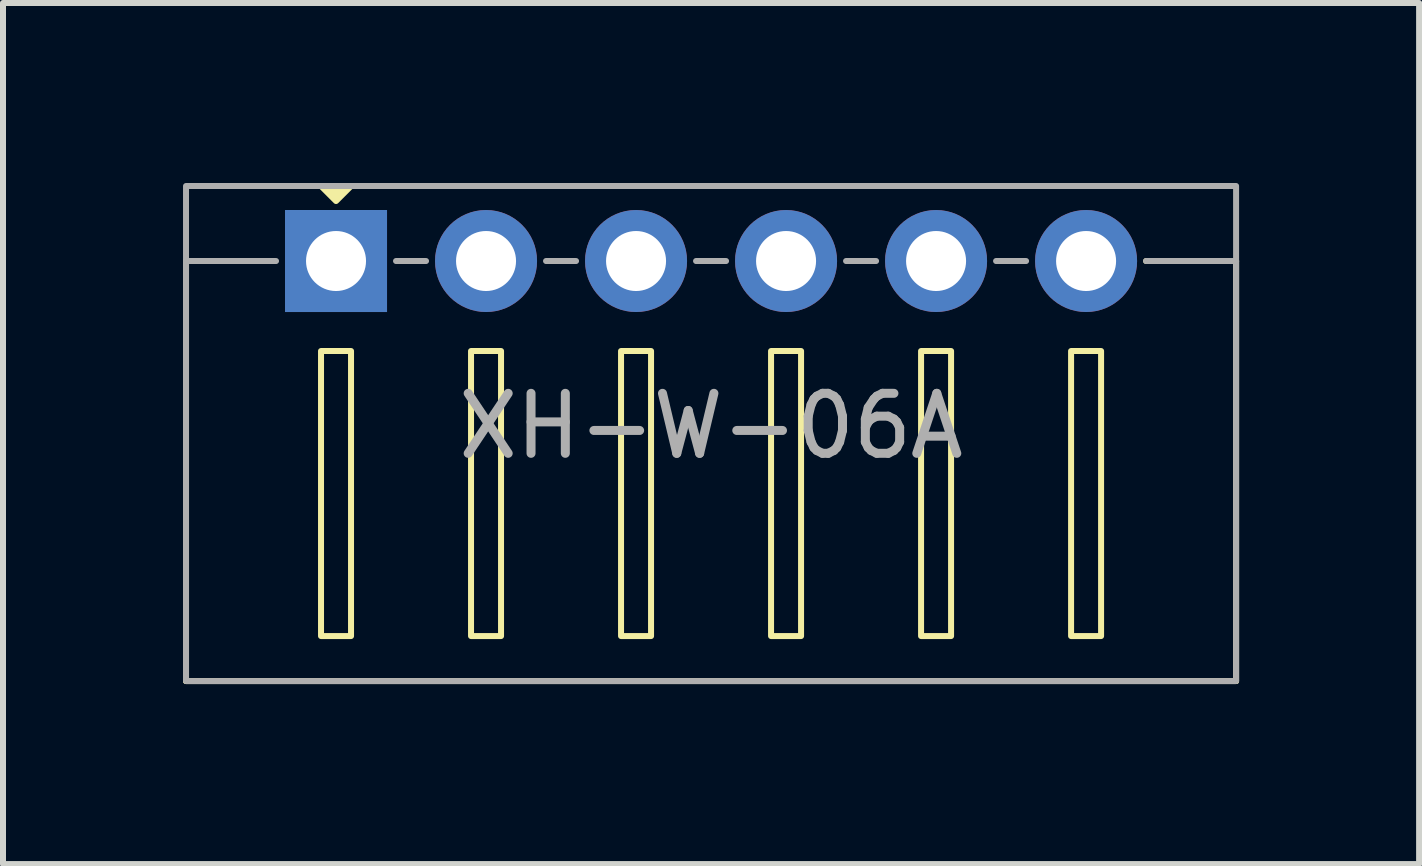
<source format=kicad_pcb>
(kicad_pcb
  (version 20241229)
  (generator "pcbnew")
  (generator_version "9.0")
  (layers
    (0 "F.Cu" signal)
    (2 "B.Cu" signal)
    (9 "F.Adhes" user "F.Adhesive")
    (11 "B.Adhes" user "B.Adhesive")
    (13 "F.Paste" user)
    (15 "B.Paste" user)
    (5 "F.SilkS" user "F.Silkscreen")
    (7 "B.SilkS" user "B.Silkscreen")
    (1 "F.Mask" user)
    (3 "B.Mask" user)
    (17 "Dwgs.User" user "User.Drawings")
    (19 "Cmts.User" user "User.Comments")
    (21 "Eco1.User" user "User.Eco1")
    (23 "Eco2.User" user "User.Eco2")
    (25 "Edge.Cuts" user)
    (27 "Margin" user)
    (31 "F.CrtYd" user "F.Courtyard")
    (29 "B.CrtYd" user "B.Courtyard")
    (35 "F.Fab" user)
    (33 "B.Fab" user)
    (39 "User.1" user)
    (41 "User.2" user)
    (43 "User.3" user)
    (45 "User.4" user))
  (footprint "XH-W-06A"
    (layer "F.Cu")
    (at 8.8 1.3)
    (property "Reference" "XH-W-06A" (at 0 2.75 0) (unlocked yes) (layer "F.SilkS") (effects (font (size 1 1) (thickness 0.1))))
    (attr smd)
    (fp_line (start -8.75 0) (end -8.75 7) (stroke (width 0.1) (type default)) (layer "F.SilkS"))
    (fp_line (start -8.75 7) (end 8.75 7) (stroke (width 0.1) (type default)) (layer "F.SilkS"))
    (fp_line (start -7.5 0) (end -8.75 0) (stroke (width 0.1) (type default)) (layer "F.SilkS"))
    (fp_line (start 8.75 0) (end 7.25 0) (stroke (width 0.1) (type default)) (layer "F.SilkS"))
    (fp_line (start 8.75 7) (end 8.75 0) (stroke (width 0.1) (type default)) (layer "F.SilkS"))
    (fp_rect (start -6.5 1.5) (end -6 6.25) (stroke (width 0.1) (type default)) (fill no) (layer "F.SilkS"))
    (fp_rect (start -4 1.5) (end -3.5 6.25) (stroke (width 0.1) (type default)) (fill no) (layer "F.SilkS"))
    (fp_rect (start -1.5 1.5) (end -1 6.25) (stroke (width 0.1) (type default)) (fill no) (layer "F.SilkS"))
    (fp_rect (start 1 1.5) (end 1.5 6.25) (stroke (width 0.1) (type default)) (fill no) (layer "F.SilkS"))
    (fp_rect (start 3.5 1.5) (end 4 6.25) (stroke (width 0.1) (type default)) (fill no) (layer "F.SilkS"))
    (fp_rect (start 6 1.5) (end 6.5 6.25) (stroke (width 0.1) (type default)) (fill no) (layer "F.SilkS"))
    (fp_poly (pts (xy -6.25 -1) (xy -6.5 -1.25) (xy -6 -1.25)) (stroke (width 0.1) (type solid)) (fill yes) (layer "F.SilkS"))
    (fp_line (start -8.75 0) (end -7.25 0) (stroke (width 0.1) (type default)) (layer "F.Fab"))
    (fp_line (start -5.25 0) (end -4.75 0) (stroke (width 0.1) (type default)) (layer "F.Fab"))
    (fp_line (start -2.75 0) (end -2.25 0) (stroke (width 0.1) (type default)) (layer "F.Fab"))
    (fp_line (start -0.25 0) (end 0.25 0) (stroke (width 0.1) (type default)) (layer "F.Fab"))
    (fp_line (start 2.25 0) (end 2.75 0) (stroke (width 0.1) (type default)) (layer "F.Fab"))
    (fp_line (start 4.75 0) (end 5.25 0) (stroke (width 0.1) (type default)) (layer "F.Fab"))
    (fp_line (start 7.25 0) (end 8.75 0) (stroke (width 0.1) (type default)) (layer "F.Fab"))
    (fp_rect (start -8.75 -1.25) (end 8.75 7) (stroke (width 0.1) (type default)) (fill no) (layer "F.Fab"))
    (fp_text user "${REFERENCE}" (at 0 2.75 0) (unlocked yes) (layer "F.Fab") (effects (font (size 1 1) (thickness 0.15))))
    (pad "1" thru_hole rect (at -6.25 0) (size 1.7 1.7) (drill 1) (layers "*.Cu" "*.Mask"))
    (pad "2" thru_hole circle (at -3.75 0) (size 1.7 1.7) (drill 1) (layers "*.Cu" "*.Mask"))
    (pad "3" thru_hole circle (at -1.25 0) (size 1.7 1.7) (drill 1) (layers "*.Cu" "*.Mask"))
    (pad "4" thru_hole circle (at 1.25 0) (size 1.7 1.7) (drill 1) (layers "*.Cu" "*.Mask"))
    (pad "5" thru_hole circle (at 3.75 0) (size 1.7 1.7) (drill 1) (layers "*.Cu" "*.Mask"))
    (pad "6" thru_hole circle (at 6.25 0) (size 1.7 1.7) (drill 1) (layers "*.Cu" "*.Mask")))
  (gr_rect
    (start -3 -3)
    (end 20.6 11.35)
    (stroke (width 0.1) (type default))
    (fill no)
    (layer "Edge.Cuts")))
</source>
